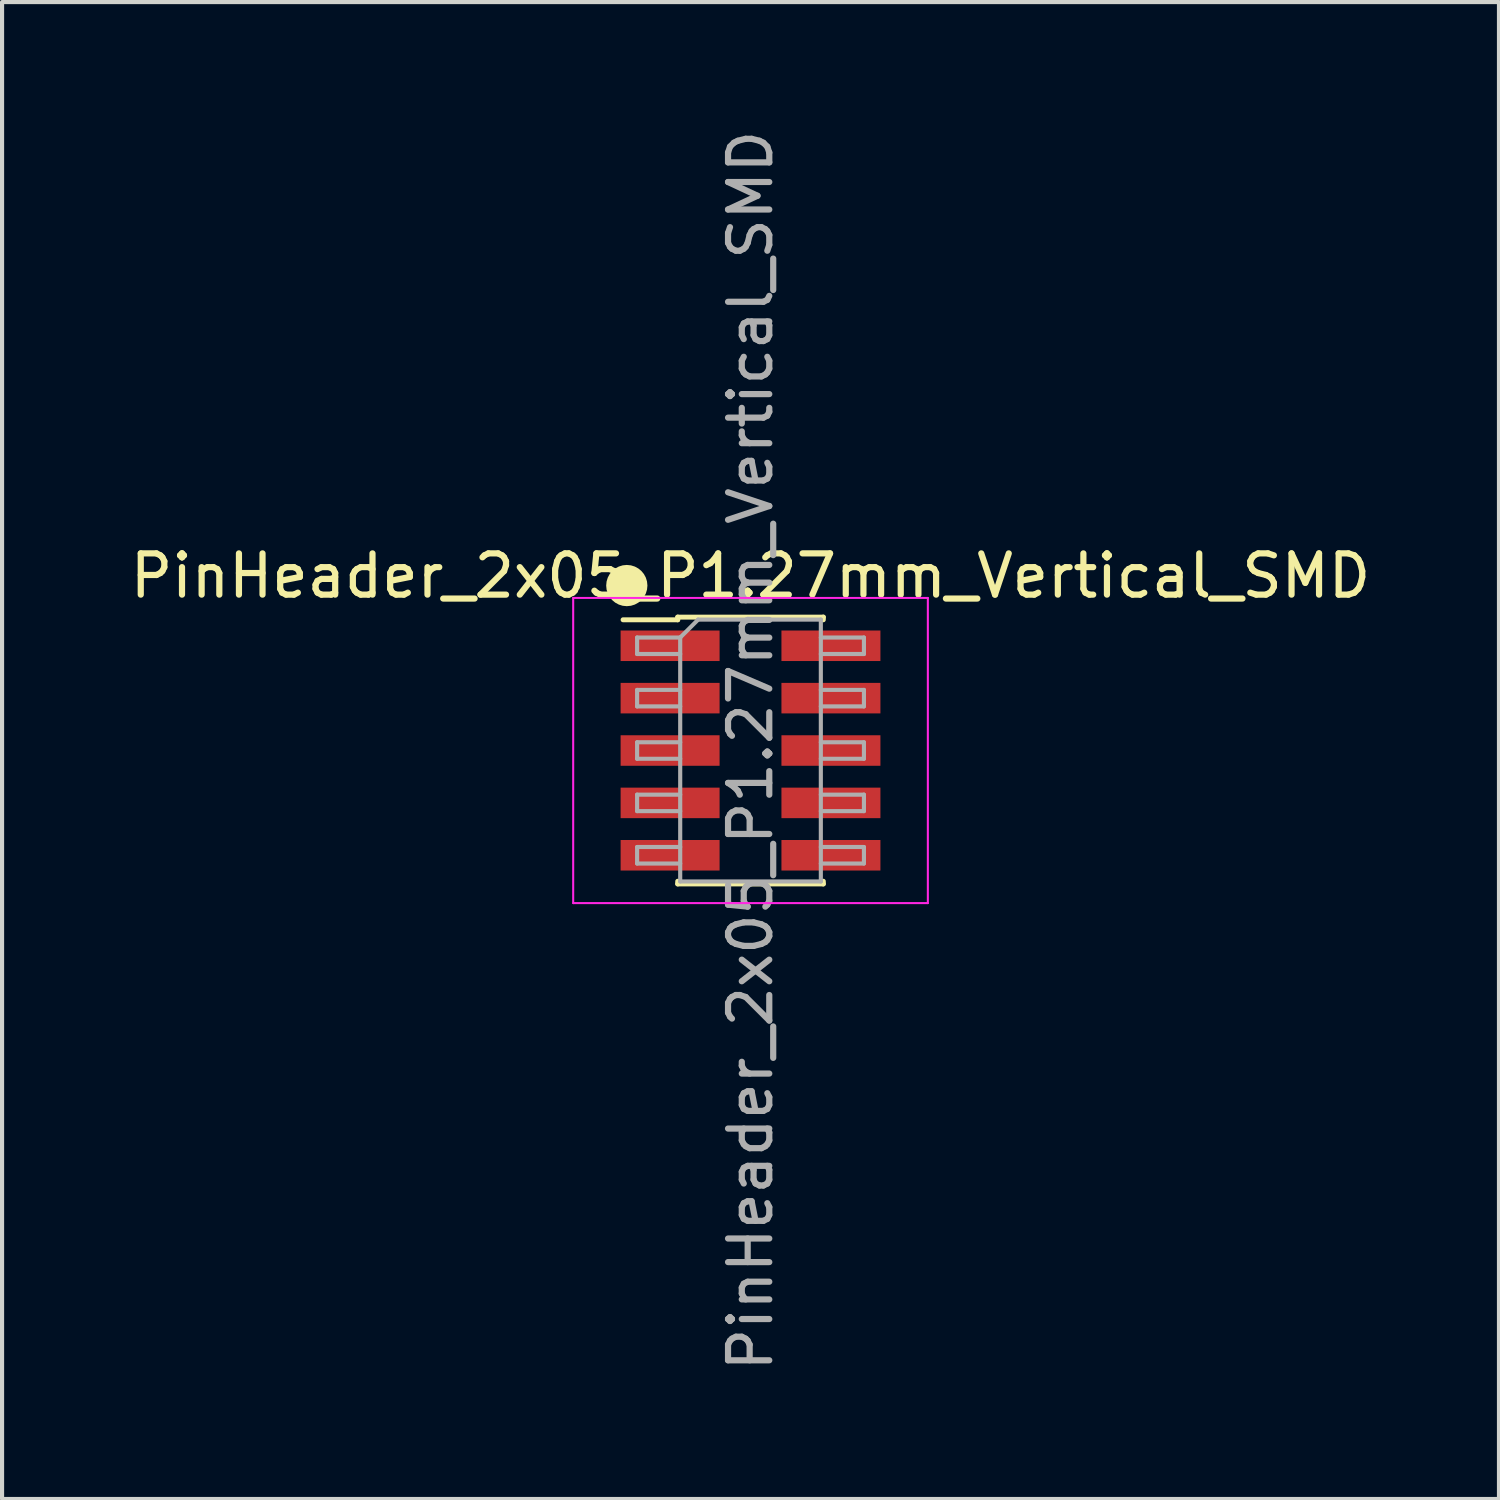
<source format=kicad_pcb>
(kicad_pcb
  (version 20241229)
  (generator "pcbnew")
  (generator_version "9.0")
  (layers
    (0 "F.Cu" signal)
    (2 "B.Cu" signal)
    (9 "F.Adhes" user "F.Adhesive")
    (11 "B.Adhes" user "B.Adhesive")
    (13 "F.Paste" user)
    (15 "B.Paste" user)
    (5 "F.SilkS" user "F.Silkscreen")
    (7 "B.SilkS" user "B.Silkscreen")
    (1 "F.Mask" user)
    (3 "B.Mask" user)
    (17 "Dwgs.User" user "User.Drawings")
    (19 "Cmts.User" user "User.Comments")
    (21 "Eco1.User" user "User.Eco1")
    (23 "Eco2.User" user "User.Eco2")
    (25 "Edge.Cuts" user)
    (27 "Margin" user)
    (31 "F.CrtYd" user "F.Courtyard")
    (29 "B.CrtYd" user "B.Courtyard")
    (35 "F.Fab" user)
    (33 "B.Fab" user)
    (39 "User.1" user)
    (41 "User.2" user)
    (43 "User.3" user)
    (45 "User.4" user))
  (footprint "PinHeader_2x05_P1.27mm_Vertical_SMD"
    (layer "F.Cu")
    (at 15.149 15.149)
    (property "Reference" "PinHeader_2x05_P1.27mm_Vertical_SMD" (at 0 -4.235 0) (layer "F.SilkS") (effects (font (size 1 1) (thickness 0.15))))
    (attr smd)
    (fp_line (start -3.09 -3.17) (end -1.765 -3.17) (stroke (width 0.12) (type solid)) (layer "F.SilkS"))
    (fp_line (start -1.765 -3.235) (end -1.765 -3.17) (stroke (width 0.12) (type solid)) (layer "F.SilkS"))
    (fp_line (start -1.765 -3.235) (end 1.765 -3.235) (stroke (width 0.12) (type solid)) (layer "F.SilkS"))
    (fp_line (start -1.765 3.17) (end -1.765 3.235) (stroke (width 0.12) (type solid)) (layer "F.SilkS"))
    (fp_line (start -1.765 3.235) (end 1.765 3.235) (stroke (width 0.12) (type solid)) (layer "F.SilkS"))
    (fp_line (start 1.765 -3.235) (end 1.765 -3.17) (stroke (width 0.12) (type solid)) (layer "F.SilkS"))
    (fp_line (start 1.765 3.17) (end 1.765 3.235) (stroke (width 0.12) (type solid)) (layer "F.SilkS"))
    (fp_circle (center -3 -4) (end -3 -4) (stroke (width 0.5) (type solid)) (fill no) (layer "F.SilkS"))
    (fp_line (start -4.3 -3.7) (end -4.3 3.7) (stroke (width 0.05) (type solid)) (layer "F.CrtYd"))
    (fp_line (start -4.3 3.7) (end 4.3 3.7) (stroke (width 0.05) (type solid)) (layer "F.CrtYd"))
    (fp_line (start 4.3 -3.7) (end -4.3 -3.7) (stroke (width 0.05) (type solid)) (layer "F.CrtYd"))
    (fp_line (start 4.3 3.7) (end 4.3 -3.7) (stroke (width 0.05) (type solid)) (layer "F.CrtYd"))
    (fp_line (start -2.75 -2.74) (end -2.75 -2.34) (stroke (width 0.1) (type solid)) (layer "F.Fab"))
    (fp_line (start -2.75 -2.34) (end -1.705 -2.34) (stroke (width 0.1) (type solid)) (layer "F.Fab"))
    (fp_line (start -2.75 -1.47) (end -2.75 -1.07) (stroke (width 0.1) (type solid)) (layer "F.Fab"))
    (fp_line (start -2.75 -1.07) (end -1.705 -1.07) (stroke (width 0.1) (type solid)) (layer "F.Fab"))
    (fp_line (start -2.75 -0.2) (end -2.75 0.2) (stroke (width 0.1) (type solid)) (layer "F.Fab"))
    (fp_line (start -2.75 0.2) (end -1.705 0.2) (stroke (width 0.1) (type solid)) (layer "F.Fab"))
    (fp_line (start -2.75 1.07) (end -2.75 1.47) (stroke (width 0.1) (type solid)) (layer "F.Fab"))
    (fp_line (start -2.75 1.47) (end -1.705 1.47) (stroke (width 0.1) (type solid)) (layer "F.Fab"))
    (fp_line (start -2.75 2.34) (end -2.75 2.74) (stroke (width 0.1) (type solid)) (layer "F.Fab"))
    (fp_line (start -2.75 2.74) (end -1.705 2.74) (stroke (width 0.1) (type solid)) (layer "F.Fab"))
    (fp_line (start -1.705 -2.74) (end -2.75 -2.74) (stroke (width 0.1) (type solid)) (layer "F.Fab"))
    (fp_line (start -1.705 -2.74) (end -1.27 -3.175) (stroke (width 0.1) (type solid)) (layer "F.Fab"))
    (fp_line (start -1.705 -1.47) (end -2.75 -1.47) (stroke (width 0.1) (type solid)) (layer "F.Fab"))
    (fp_line (start -1.705 -0.2) (end -2.75 -0.2) (stroke (width 0.1) (type solid)) (layer "F.Fab"))
    (fp_line (start -1.705 1.07) (end -2.75 1.07) (stroke (width 0.1) (type solid)) (layer "F.Fab"))
    (fp_line (start -1.705 2.34) (end -2.75 2.34) (stroke (width 0.1) (type solid)) (layer "F.Fab"))
    (fp_line (start -1.705 3.175) (end -1.705 -2.74) (stroke (width 0.1) (type solid)) (layer "F.Fab"))
    (fp_line (start -1.27 -3.175) (end 1.705 -3.175) (stroke (width 0.1) (type solid)) (layer "F.Fab"))
    (fp_line (start 1.705 -3.175) (end 1.705 3.175) (stroke (width 0.1) (type solid)) (layer "F.Fab"))
    (fp_line (start 1.705 -2.74) (end 2.75 -2.74) (stroke (width 0.1) (type solid)) (layer "F.Fab"))
    (fp_line (start 1.705 -1.47) (end 2.75 -1.47) (stroke (width 0.1) (type solid)) (layer "F.Fab"))
    (fp_line (start 1.705 -0.2) (end 2.75 -0.2) (stroke (width 0.1) (type solid)) (layer "F.Fab"))
    (fp_line (start 1.705 1.07) (end 2.75 1.07) (stroke (width 0.1) (type solid)) (layer "F.Fab"))
    (fp_line (start 1.705 2.34) (end 2.75 2.34) (stroke (width 0.1) (type solid)) (layer "F.Fab"))
    (fp_line (start 1.705 3.175) (end -1.705 3.175) (stroke (width 0.1) (type solid)) (layer "F.Fab"))
    (fp_line (start 2.75 -2.74) (end 2.75 -2.34) (stroke (width 0.1) (type solid)) (layer "F.Fab"))
    (fp_line (start 2.75 -2.34) (end 1.705 -2.34) (stroke (width 0.1) (type solid)) (layer "F.Fab"))
    (fp_line (start 2.75 -1.47) (end 2.75 -1.07) (stroke (width 0.1) (type solid)) (layer "F.Fab"))
    (fp_line (start 2.75 -1.07) (end 1.705 -1.07) (stroke (width 0.1) (type solid)) (layer "F.Fab"))
    (fp_line (start 2.75 -0.2) (end 2.75 0.2) (stroke (width 0.1) (type solid)) (layer "F.Fab"))
    (fp_line (start 2.75 0.2) (end 1.705 0.2) (stroke (width 0.1) (type solid)) (layer "F.Fab"))
    (fp_line (start 2.75 1.07) (end 2.75 1.47) (stroke (width 0.1) (type solid)) (layer "F.Fab"))
    (fp_line (start 2.75 1.47) (end 1.705 1.47) (stroke (width 0.1) (type solid)) (layer "F.Fab"))
    (fp_line (start 2.75 2.34) (end 2.75 2.74) (stroke (width 0.1) (type solid)) (layer "F.Fab"))
    (fp_line (start 2.75 2.74) (end 1.705 2.74) (stroke (width 0.1) (type solid)) (layer "F.Fab"))
    (fp_text user "${REFERENCE}" (at 0 0 90) (layer "F.Fab") (effects (font (size 1 1) (thickness 0.15))))
    (pad "1" smd rect (at -1.95 -2.54) (size 2.4 0.74) (layers "F.Cu" "F.Mask" "F.Paste"))
    (pad "2" smd rect (at 1.95 -2.54) (size 2.4 0.74) (layers "F.Cu" "F.Mask" "F.Paste"))
    (pad "3" smd rect (at -1.95 -1.27) (size 2.4 0.74) (layers "F.Cu" "F.Mask" "F.Paste"))
    (pad "4" smd rect (at 1.95 -1.27) (size 2.4 0.74) (layers "F.Cu" "F.Mask" "F.Paste"))
    (pad "5" smd rect (at -1.95 0) (size 2.4 0.74) (layers "F.Cu" "F.Mask" "F.Paste"))
    (pad "6" smd rect (at 1.95 0) (size 2.4 0.74) (layers "F.Cu" "F.Mask" "F.Paste"))
    (pad "7" smd rect (at -1.95 1.27) (size 2.4 0.74) (layers "F.Cu" "F.Mask" "F.Paste"))
    (pad "8" smd rect (at 1.95 1.27) (size 2.4 0.74) (layers "F.Cu" "F.Mask" "F.Paste"))
    (pad "9" smd rect (at -1.95 2.54) (size 2.4 0.74) (layers "F.Cu" "F.Mask" "F.Paste"))
    (pad "10" smd rect (at 1.95 2.54) (size 2.4 0.74) (layers "F.Cu" "F.Mask" "F.Paste")))
  (gr_rect
    (start -3 -3)
    (end 33.298 33.298)
    (stroke (width 0.1) (type default))
    (fill no)
    (layer "Edge.Cuts")))
</source>
